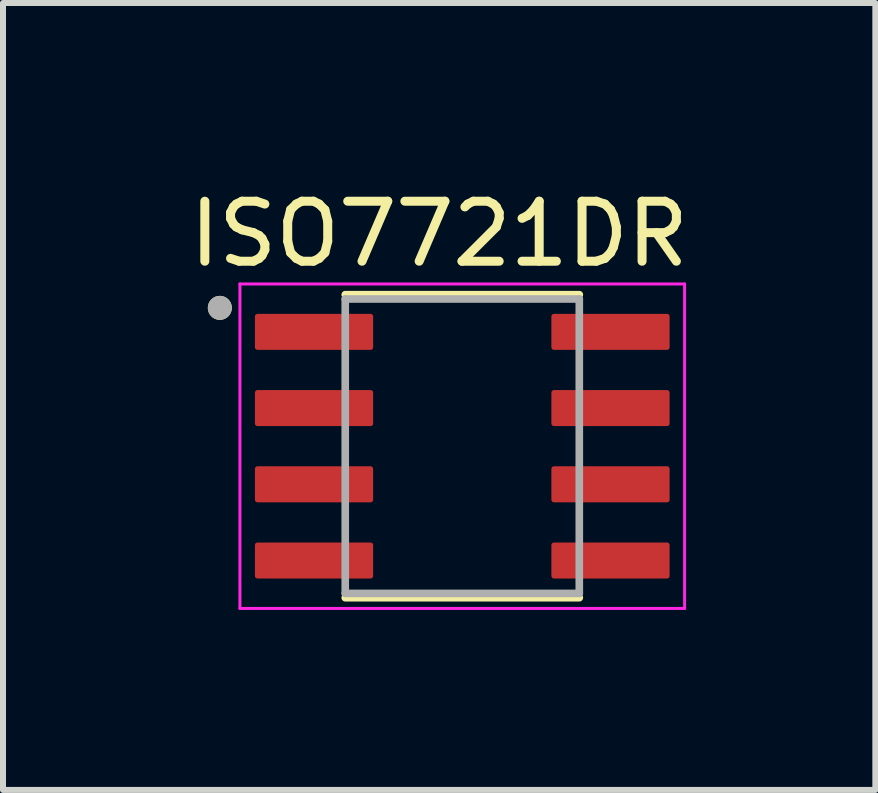
<source format=kicad_pcb>
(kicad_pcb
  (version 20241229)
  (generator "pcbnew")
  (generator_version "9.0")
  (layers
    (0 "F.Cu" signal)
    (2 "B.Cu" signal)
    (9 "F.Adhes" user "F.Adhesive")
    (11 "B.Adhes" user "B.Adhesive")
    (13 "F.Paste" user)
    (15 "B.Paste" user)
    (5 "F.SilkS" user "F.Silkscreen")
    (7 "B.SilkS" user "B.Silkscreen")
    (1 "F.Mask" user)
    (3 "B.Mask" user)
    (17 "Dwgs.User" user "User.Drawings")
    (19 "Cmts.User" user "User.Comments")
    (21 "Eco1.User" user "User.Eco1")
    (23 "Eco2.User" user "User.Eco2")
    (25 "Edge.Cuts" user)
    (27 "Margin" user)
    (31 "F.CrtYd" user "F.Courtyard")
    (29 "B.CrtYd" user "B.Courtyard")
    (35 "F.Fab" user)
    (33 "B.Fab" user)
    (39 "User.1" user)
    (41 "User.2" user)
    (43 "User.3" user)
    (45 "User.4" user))
  (footprint "ISO7721DR"
    (layer "F.Cu")
    (at 4.653 4.385)
    (property "Reference" "ISO7721DR" (at -0.385 -3.537 0) (layer "F.SilkS") (effects (font (size 1 1) (thickness 0.15))))
    (attr smd)
    (fp_line (start -1.95 -2.525) (end 1.95 -2.525) (stroke (width 0.127) (type solid)) (layer "F.SilkS"))
    (fp_line (start -1.95 2.525) (end 1.95 2.525) (stroke (width 0.127) (type solid)) (layer "F.SilkS"))
    (fp_circle (center -4.04 -2.305) (end -3.94 -2.305) (stroke (width 0.2) (type solid)) (fill no) (layer "F.SilkS"))
    (fp_line (start -3.705 -2.703) (end -3.705 2.703) (stroke (width 0.05) (type solid)) (layer "F.CrtYd"))
    (fp_line (start -3.705 -2.703) (end 3.705 -2.703) (stroke (width 0.05) (type solid)) (layer "F.CrtYd"))
    (fp_line (start -3.705 2.703) (end 3.705 2.703) (stroke (width 0.05) (type solid)) (layer "F.CrtYd"))
    (fp_line (start 3.705 -2.703) (end 3.705 2.703) (stroke (width 0.05) (type solid)) (layer "F.CrtYd"))
    (fp_line (start -1.95 -2.453) (end -1.95 2.453) (stroke (width 0.127) (type solid)) (layer "F.Fab"))
    (fp_line (start -1.95 -2.453) (end 1.95 -2.453) (stroke (width 0.127) (type solid)) (layer "F.Fab"))
    (fp_line (start -1.95 2.453) (end 1.95 2.453) (stroke (width 0.127) (type solid)) (layer "F.Fab"))
    (fp_line (start 1.95 -2.453) (end 1.95 2.453) (stroke (width 0.127) (type solid)) (layer "F.Fab"))
    (fp_circle (center -4.04 -2.305) (end -3.94 -2.305) (stroke (width 0.2) (type solid)) (fill no) (layer "F.Fab"))
    (pad "1" smd roundrect (at -2.47 -1.905) (size 1.97 0.6) (layers "F.Cu" "F.Mask" "F.Paste") (roundrect_rratio 0.07))
    (pad "2" smd roundrect (at -2.47 -0.635) (size 1.97 0.6) (layers "F.Cu" "F.Mask" "F.Paste") (roundrect_rratio 0.07))
    (pad "3" smd roundrect (at -2.47 0.635) (size 1.97 0.6) (layers "F.Cu" "F.Mask" "F.Paste") (roundrect_rratio 0.07))
    (pad "4" smd roundrect (at -2.47 1.905) (size 1.97 0.6) (layers "F.Cu" "F.Mask" "F.Paste") (roundrect_rratio 0.07))
    (pad "5" smd roundrect (at 2.47 1.905) (size 1.97 0.6) (layers "F.Cu" "F.Mask" "F.Paste") (roundrect_rratio 0.07))
    (pad "6" smd roundrect (at 2.47 0.635) (size 1.97 0.6) (layers "F.Cu" "F.Mask" "F.Paste") (roundrect_rratio 0.07))
    (pad "7" smd roundrect (at 2.47 -0.635) (size 1.97 0.6) (layers "F.Cu" "F.Mask" "F.Paste") (roundrect_rratio 0.07))
    (pad "8" smd roundrect (at 2.47 -1.905) (size 1.97 0.6) (layers "F.Cu" "F.Mask" "F.Paste") (roundrect_rratio 0.07)))
  (gr_rect
    (start -3 -3)
    (end 11.536 10.113)
    (stroke (width 0.1) (type default))
    (fill no)
    (layer "Edge.Cuts")))
</source>
